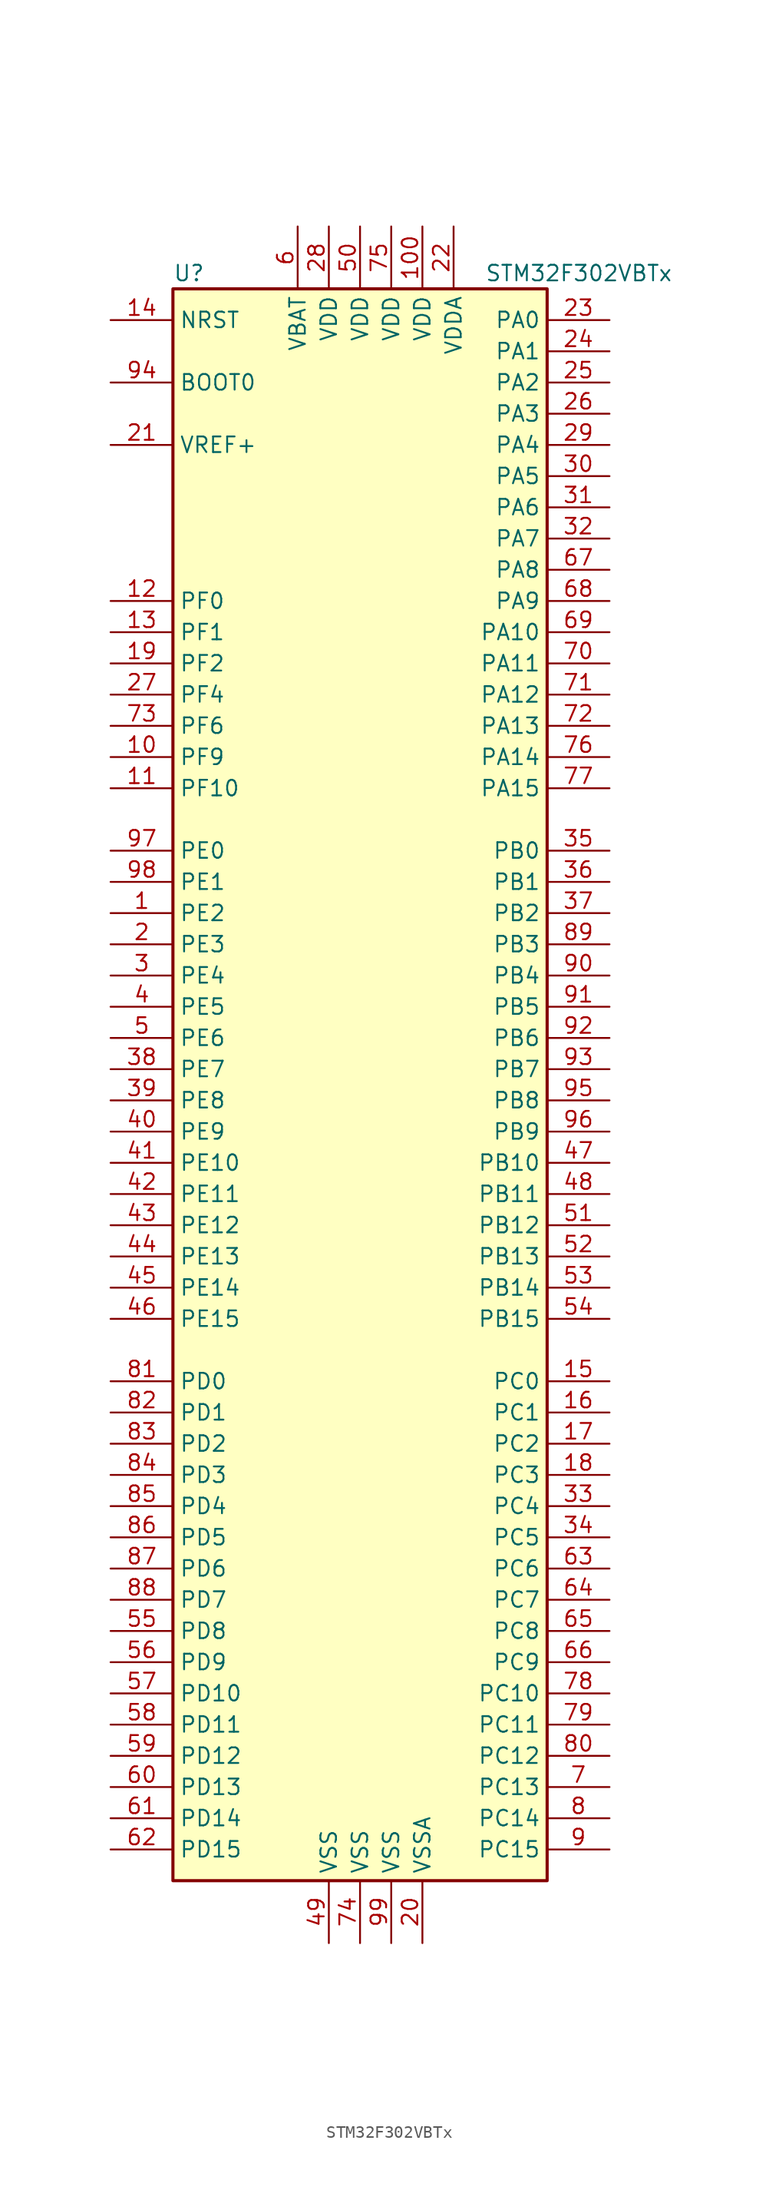
<source format=kicad_sym>
(kicad_symbol_lib
  (version 20211014)
  (generator kicad_symbol_editor)
  (symbol "STM32F302VBTx"
    (property "Reference" "U"
      (at -15.24 64.77 0)
      (effects (font (size 1.27 1.27)) (justify left)))
    (property "Value" "STM32F302VBTx"
      (at 10.16 64.77 0)
      (effects (font (size 1.27 1.27)) (justify left)))
    (symbol "STM32F302VBTx_0_1"
      (rectangle (start -15.24 -66.04) (end 15.24 63.5) (stroke (width 0.254) (type default) (color 0 0 0 0)) (fill (type background))))
    (symbol "STM32F302VBTx_1_1"
      (pin bidirectional line (at -20.32 12.7 0) (length 5.08) (name "PE2" (effects (font (size 1.27 1.27)))) (number "1" (effects (font (size 1.27 1.27)))))
      (pin bidirectional line (at -20.32 25.4 0) (length 5.08) (name "PF9" (effects (font (size 1.27 1.27)))) (number "10" (effects (font (size 1.27 1.27)))))
      (pin power_in line (at 5.08 68.58 270) (length 5.08) (name "VDD" (effects (font (size 1.27 1.27)))) (number "100" (effects (font (size 1.27 1.27)))))
      (pin bidirectional line (at -20.32 22.86 0) (length 5.08) (name "PF10" (effects (font (size 1.27 1.27)))) (number "11" (effects (font (size 1.27 1.27)))))
      (pin input line (at -20.32 38.1 0) (length 5.08) (name "PF0" (effects (font (size 1.27 1.27)))) (number "12" (effects (font (size 1.27 1.27)))))
      (pin input line (at -20.32 35.56 0) (length 5.08) (name "PF1" (effects (font (size 1.27 1.27)))) (number "13" (effects (font (size 1.27 1.27)))))
      (pin input line (at -20.32 60.96 0) (length 5.08) (name "NRST" (effects (font (size 1.27 1.27)))) (number "14" (effects (font (size 1.27 1.27)))))
      (pin bidirectional line (at 20.32 -25.4 180) (length 5.08) (name "PC0" (effects (font (size 1.27 1.27)))) (number "15" (effects (font (size 1.27 1.27)))))
      (pin bidirectional line (at 20.32 -27.94 180) (length 5.08) (name "PC1" (effects (font (size 1.27 1.27)))) (number "16" (effects (font (size 1.27 1.27)))))
      (pin bidirectional line (at 20.32 -30.48 180) (length 5.08) (name "PC2" (effects (font (size 1.27 1.27)))) (number "17" (effects (font (size 1.27 1.27)))))
      (pin bidirectional line (at 20.32 -33.02 180) (length 5.08) (name "PC3" (effects (font (size 1.27 1.27)))) (number "18" (effects (font (size 1.27 1.27)))))
      (pin bidirectional line (at -20.32 33.02 0) (length 5.08) (name "PF2" (effects (font (size 1.27 1.27)))) (number "19" (effects (font (size 1.27 1.27)))))
      (pin bidirectional line (at -20.32 10.16 0) (length 5.08) (name "PE3" (effects (font (size 1.27 1.27)))) (number "2" (effects (font (size 1.27 1.27)))))
      (pin power_in line (at 5.08 -71.12 90) (length 5.08) (name "VSSA" (effects (font (size 1.27 1.27)))) (number "20" (effects (font (size 1.27 1.27)))))
      (pin power_in line (at -20.32 50.8 0) (length 5.08) (name "VREF+" (effects (font (size 1.27 1.27)))) (number "21" (effects (font (size 1.27 1.27)))))
      (pin power_in line (at 7.62 68.58 270) (length 5.08) (name "VDDA" (effects (font (size 1.27 1.27)))) (number "22" (effects (font (size 1.27 1.27)))))
      (pin bidirectional line (at 20.32 60.96 180) (length 5.08) (name "PA0" (effects (font (size 1.27 1.27)))) (number "23" (effects (font (size 1.27 1.27)))))
      (pin bidirectional line (at 20.32 58.42 180) (length 5.08) (name "PA1" (effects (font (size 1.27 1.27)))) (number "24" (effects (font (size 1.27 1.27)))))
      (pin bidirectional line (at 20.32 55.88 180) (length 5.08) (name "PA2" (effects (font (size 1.27 1.27)))) (number "25" (effects (font (size 1.27 1.27)))))
      (pin bidirectional line (at 20.32 53.34 180) (length 5.08) (name "PA3" (effects (font (size 1.27 1.27)))) (number "26" (effects (font (size 1.27 1.27)))))
      (pin bidirectional line (at -20.32 30.48 0) (length 5.08) (name "PF4" (effects (font (size 1.27 1.27)))) (number "27" (effects (font (size 1.27 1.27)))))
      (pin power_in line (at -2.54 68.58 270) (length 5.08) (name "VDD" (effects (font (size 1.27 1.27)))) (number "28" (effects (font (size 1.27 1.27)))))
      (pin bidirectional line (at 20.32 50.8 180) (length 5.08) (name "PA4" (effects (font (size 1.27 1.27)))) (number "29" (effects (font (size 1.27 1.27)))))
      (pin bidirectional line (at -20.32 7.62 0) (length 5.08) (name "PE4" (effects (font (size 1.27 1.27)))) (number "3" (effects (font (size 1.27 1.27)))))
      (pin bidirectional line (at 20.32 48.26 180) (length 5.08) (name "PA5" (effects (font (size 1.27 1.27)))) (number "30" (effects (font (size 1.27 1.27)))))
      (pin bidirectional line (at 20.32 45.72 180) (length 5.08) (name "PA6" (effects (font (size 1.27 1.27)))) (number "31" (effects (font (size 1.27 1.27)))))
      (pin bidirectional line (at 20.32 43.18 180) (length 5.08) (name "PA7" (effects (font (size 1.27 1.27)))) (number "32" (effects (font (size 1.27 1.27)))))
      (pin bidirectional line (at 20.32 -35.56 180) (length 5.08) (name "PC4" (effects (font (size 1.27 1.27)))) (number "33" (effects (font (size 1.27 1.27)))))
      (pin bidirectional line (at 20.32 -38.1 180) (length 5.08) (name "PC5" (effects (font (size 1.27 1.27)))) (number "34" (effects (font (size 1.27 1.27)))))
      (pin bidirectional line (at 20.32 17.78 180) (length 5.08) (name "PB0" (effects (font (size 1.27 1.27)))) (number "35" (effects (font (size 1.27 1.27)))))
      (pin bidirectional line (at 20.32 15.24 180) (length 5.08) (name "PB1" (effects (font (size 1.27 1.27)))) (number "36" (effects (font (size 1.27 1.27)))))
      (pin bidirectional line (at 20.32 12.7 180) (length 5.08) (name "PB2" (effects (font (size 1.27 1.27)))) (number "37" (effects (font (size 1.27 1.27)))))
      (pin bidirectional line (at -20.32 0 0) (length 5.08) (name "PE7" (effects (font (size 1.27 1.27)))) (number "38" (effects (font (size 1.27 1.27)))))
      (pin bidirectional line (at -20.32 -2.54 0) (length 5.08) (name "PE8" (effects (font (size 1.27 1.27)))) (number "39" (effects (font (size 1.27 1.27)))))
      (pin bidirectional line (at -20.32 5.08 0) (length 5.08) (name "PE5" (effects (font (size 1.27 1.27)))) (number "4" (effects (font (size 1.27 1.27)))))
      (pin bidirectional line (at -20.32 -5.08 0) (length 5.08) (name "PE9" (effects (font (size 1.27 1.27)))) (number "40" (effects (font (size 1.27 1.27)))))
      (pin bidirectional line (at -20.32 -7.62 0) (length 5.08) (name "PE10" (effects (font (size 1.27 1.27)))) (number "41" (effects (font (size 1.27 1.27)))))
      (pin bidirectional line (at -20.32 -10.16 0) (length 5.08) (name "PE11" (effects (font (size 1.27 1.27)))) (number "42" (effects (font (size 1.27 1.27)))))
      (pin bidirectional line (at -20.32 -12.7 0) (length 5.08) (name "PE12" (effects (font (size 1.27 1.27)))) (number "43" (effects (font (size 1.27 1.27)))))
      (pin bidirectional line (at -20.32 -15.24 0) (length 5.08) (name "PE13" (effects (font (size 1.27 1.27)))) (number "44" (effects (font (size 1.27 1.27)))))
      (pin bidirectional line (at -20.32 -17.78 0) (length 5.08) (name "PE14" (effects (font (size 1.27 1.27)))) (number "45" (effects (font (size 1.27 1.27)))))
      (pin bidirectional line (at -20.32 -20.32 0) (length 5.08) (name "PE15" (effects (font (size 1.27 1.27)))) (number "46" (effects (font (size 1.27 1.27)))))
      (pin bidirectional line (at 20.32 -7.62 180) (length 5.08) (name "PB10" (effects (font (size 1.27 1.27)))) (number "47" (effects (font (size 1.27 1.27)))))
      (pin bidirectional line (at 20.32 -10.16 180) (length 5.08) (name "PB11" (effects (font (size 1.27 1.27)))) (number "48" (effects (font (size 1.27 1.27)))))
      (pin power_in line (at -2.54 -71.12 90) (length 5.08) (name "VSS" (effects (font (size 1.27 1.27)))) (number "49" (effects (font (size 1.27 1.27)))))
      (pin bidirectional line (at -20.32 2.54 0) (length 5.08) (name "PE6" (effects (font (size 1.27 1.27)))) (number "5" (effects (font (size 1.27 1.27)))))
      (pin power_in line (at 0 68.58 270) (length 5.08) (name "VDD" (effects (font (size 1.27 1.27)))) (number "50" (effects (font (size 1.27 1.27)))))
      (pin bidirectional line (at 20.32 -12.7 180) (length 5.08) (name "PB12" (effects (font (size 1.27 1.27)))) (number "51" (effects (font (size 1.27 1.27)))))
      (pin bidirectional line (at 20.32 -15.24 180) (length 5.08) (name "PB13" (effects (font (size 1.27 1.27)))) (number "52" (effects (font (size 1.27 1.27)))))
      (pin bidirectional line (at 20.32 -17.78 180) (length 5.08) (name "PB14" (effects (font (size 1.27 1.27)))) (number "53" (effects (font (size 1.27 1.27)))))
      (pin bidirectional line (at 20.32 -20.32 180) (length 5.08) (name "PB15" (effects (font (size 1.27 1.27)))) (number "54" (effects (font (size 1.27 1.27)))))
      (pin bidirectional line (at -20.32 -45.72 0) (length 5.08) (name "PD8" (effects (font (size 1.27 1.27)))) (number "55" (effects (font (size 1.27 1.27)))))
      (pin bidirectional line (at -20.32 -48.26 0) (length 5.08) (name "PD9" (effects (font (size 1.27 1.27)))) (number "56" (effects (font (size 1.27 1.27)))))
      (pin bidirectional line (at -20.32 -50.8 0) (length 5.08) (name "PD10" (effects (font (size 1.27 1.27)))) (number "57" (effects (font (size 1.27 1.27)))))
      (pin bidirectional line (at -20.32 -53.34 0) (length 5.08) (name "PD11" (effects (font (size 1.27 1.27)))) (number "58" (effects (font (size 1.27 1.27)))))
      (pin bidirectional line (at -20.32 -55.88 0) (length 5.08) (name "PD12" (effects (font (size 1.27 1.27)))) (number "59" (effects (font (size 1.27 1.27)))))
      (pin power_in line (at -5.08 68.58 270) (length 5.08) (name "VBAT" (effects (font (size 1.27 1.27)))) (number "6" (effects (font (size 1.27 1.27)))))
      (pin bidirectional line (at -20.32 -58.42 0) (length 5.08) (name "PD13" (effects (font (size 1.27 1.27)))) (number "60" (effects (font (size 1.27 1.27)))))
      (pin bidirectional line (at -20.32 -60.96 0) (length 5.08) (name "PD14" (effects (font (size 1.27 1.27)))) (number "61" (effects (font (size 1.27 1.27)))))
      (pin bidirectional line (at -20.32 -63.5 0) (length 5.08) (name "PD15" (effects (font (size 1.27 1.27)))) (number "62" (effects (font (size 1.27 1.27)))))
      (pin bidirectional line (at 20.32 -40.64 180) (length 5.08) (name "PC6" (effects (font (size 1.27 1.27)))) (number "63" (effects (font (size 1.27 1.27)))))
      (pin bidirectional line (at 20.32 -43.18 180) (length 5.08) (name "PC7" (effects (font (size 1.27 1.27)))) (number "64" (effects (font (size 1.27 1.27)))))
      (pin bidirectional line (at 20.32 -45.72 180) (length 5.08) (name "PC8" (effects (font (size 1.27 1.27)))) (number "65" (effects (font (size 1.27 1.27)))))
      (pin bidirectional line (at 20.32 -48.26 180) (length 5.08) (name "PC9" (effects (font (size 1.27 1.27)))) (number "66" (effects (font (size 1.27 1.27)))))
      (pin bidirectional line (at 20.32 40.64 180) (length 5.08) (name "PA8" (effects (font (size 1.27 1.27)))) (number "67" (effects (font (size 1.27 1.27)))))
      (pin bidirectional line (at 20.32 38.1 180) (length 5.08) (name "PA9" (effects (font (size 1.27 1.27)))) (number "68" (effects (font (size 1.27 1.27)))))
      (pin bidirectional line (at 20.32 35.56 180) (length 5.08) (name "PA10" (effects (font (size 1.27 1.27)))) (number "69" (effects (font (size 1.27 1.27)))))
      (pin bidirectional line (at 20.32 -58.42 180) (length 5.08) (name "PC13" (effects (font (size 1.27 1.27)))) (number "7" (effects (font (size 1.27 1.27)))))
      (pin bidirectional line (at 20.32 33.02 180) (length 5.08) (name "PA11" (effects (font (size 1.27 1.27)))) (number "70" (effects (font (size 1.27 1.27)))))
      (pin bidirectional line (at 20.32 30.48 180) (length 5.08) (name "PA12" (effects (font (size 1.27 1.27)))) (number "71" (effects (font (size 1.27 1.27)))))
      (pin bidirectional line (at 20.32 27.94 180) (length 5.08) (name "PA13" (effects (font (size 1.27 1.27)))) (number "72" (effects (font (size 1.27 1.27)))))
      (pin bidirectional line (at -20.32 27.94 0) (length 5.08) (name "PF6" (effects (font (size 1.27 1.27)))) (number "73" (effects (font (size 1.27 1.27)))))
      (pin power_in line (at 0 -71.12 90) (length 5.08) (name "VSS" (effects (font (size 1.27 1.27)))) (number "74" (effects (font (size 1.27 1.27)))))
      (pin power_in line (at 2.54 68.58 270) (length 5.08) (name "VDD" (effects (font (size 1.27 1.27)))) (number "75" (effects (font (size 1.27 1.27)))))
      (pin bidirectional line (at 20.32 25.4 180) (length 5.08) (name "PA14" (effects (font (size 1.27 1.27)))) (number "76" (effects (font (size 1.27 1.27)))))
      (pin bidirectional line (at 20.32 22.86 180) (length 5.08) (name "PA15" (effects (font (size 1.27 1.27)))) (number "77" (effects (font (size 1.27 1.27)))))
      (pin bidirectional line (at 20.32 -50.8 180) (length 5.08) (name "PC10" (effects (font (size 1.27 1.27)))) (number "78" (effects (font (size 1.27 1.27)))))
      (pin bidirectional line (at 20.32 -53.34 180) (length 5.08) (name "PC11" (effects (font (size 1.27 1.27)))) (number "79" (effects (font (size 1.27 1.27)))))
      (pin bidirectional line (at 20.32 -60.96 180) (length 5.08) (name "PC14" (effects (font (size 1.27 1.27)))) (number "8" (effects (font (size 1.27 1.27)))))
      (pin bidirectional line (at 20.32 -55.88 180) (length 5.08) (name "PC12" (effects (font (size 1.27 1.27)))) (number "80" (effects (font (size 1.27 1.27)))))
      (pin bidirectional line (at -20.32 -25.4 0) (length 5.08) (name "PD0" (effects (font (size 1.27 1.27)))) (number "81" (effects (font (size 1.27 1.27)))))
      (pin bidirectional line (at -20.32 -27.94 0) (length 5.08) (name "PD1" (effects (font (size 1.27 1.27)))) (number "82" (effects (font (size 1.27 1.27)))))
      (pin bidirectional line (at -20.32 -30.48 0) (length 5.08) (name "PD2" (effects (font (size 1.27 1.27)))) (number "83" (effects (font (size 1.27 1.27)))))
      (pin bidirectional line (at -20.32 -33.02 0) (length 5.08) (name "PD3" (effects (font (size 1.27 1.27)))) (number "84" (effects (font (size 1.27 1.27)))))
      (pin bidirectional line (at -20.32 -35.56 0) (length 5.08) (name "PD4" (effects (font (size 1.27 1.27)))) (number "85" (effects (font (size 1.27 1.27)))))
      (pin bidirectional line (at -20.32 -38.1 0) (length 5.08) (name "PD5" (effects (font (size 1.27 1.27)))) (number "86" (effects (font (size 1.27 1.27)))))
      (pin bidirectional line (at -20.32 -40.64 0) (length 5.08) (name "PD6" (effects (font (size 1.27 1.27)))) (number "87" (effects (font (size 1.27 1.27)))))
      (pin bidirectional line (at -20.32 -43.18 0) (length 5.08) (name "PD7" (effects (font (size 1.27 1.27)))) (number "88" (effects (font (size 1.27 1.27)))))
      (pin bidirectional line (at 20.32 10.16 180) (length 5.08) (name "PB3" (effects (font (size 1.27 1.27)))) (number "89" (effects (font (size 1.27 1.27)))))
      (pin bidirectional line (at 20.32 -63.5 180) (length 5.08) (name "PC15" (effects (font (size 1.27 1.27)))) (number "9" (effects (font (size 1.27 1.27)))))
      (pin bidirectional line (at 20.32 7.62 180) (length 5.08) (name "PB4" (effects (font (size 1.27 1.27)))) (number "90" (effects (font (size 1.27 1.27)))))
      (pin bidirectional line (at 20.32 5.08 180) (length 5.08) (name "PB5" (effects (font (size 1.27 1.27)))) (number "91" (effects (font (size 1.27 1.27)))))
      (pin bidirectional line (at 20.32 2.54 180) (length 5.08) (name "PB6" (effects (font (size 1.27 1.27)))) (number "92" (effects (font (size 1.27 1.27)))))
      (pin bidirectional line (at 20.32 0 180) (length 5.08) (name "PB7" (effects (font (size 1.27 1.27)))) (number "93" (effects (font (size 1.27 1.27)))))
      (pin input line (at -20.32 55.88 0) (length 5.08) (name "BOOT0" (effects (font (size 1.27 1.27)))) (number "94" (effects (font (size 1.27 1.27)))))
      (pin bidirectional line (at 20.32 -2.54 180) (length 5.08) (name "PB8" (effects (font (size 1.27 1.27)))) (number "95" (effects (font (size 1.27 1.27)))))
      (pin bidirectional line (at 20.32 -5.08 180) (length 5.08) (name "PB9" (effects (font (size 1.27 1.27)))) (number "96" (effects (font (size 1.27 1.27)))))
      (pin bidirectional line (at -20.32 17.78 0) (length 5.08) (name "PE0" (effects (font (size 1.27 1.27)))) (number "97" (effects (font (size 1.27 1.27)))))
      (pin bidirectional line (at -20.32 15.24 0) (length 5.08) (name "PE1" (effects (font (size 1.27 1.27)))) (number "98" (effects (font (size 1.27 1.27)))))
      (pin power_in line (at 2.54 -71.12 90) (length 5.08) (name "VSS" (effects (font (size 1.27 1.27)))) (number "99" (effects (font (size 1.27 1.27))))))))
</source>
